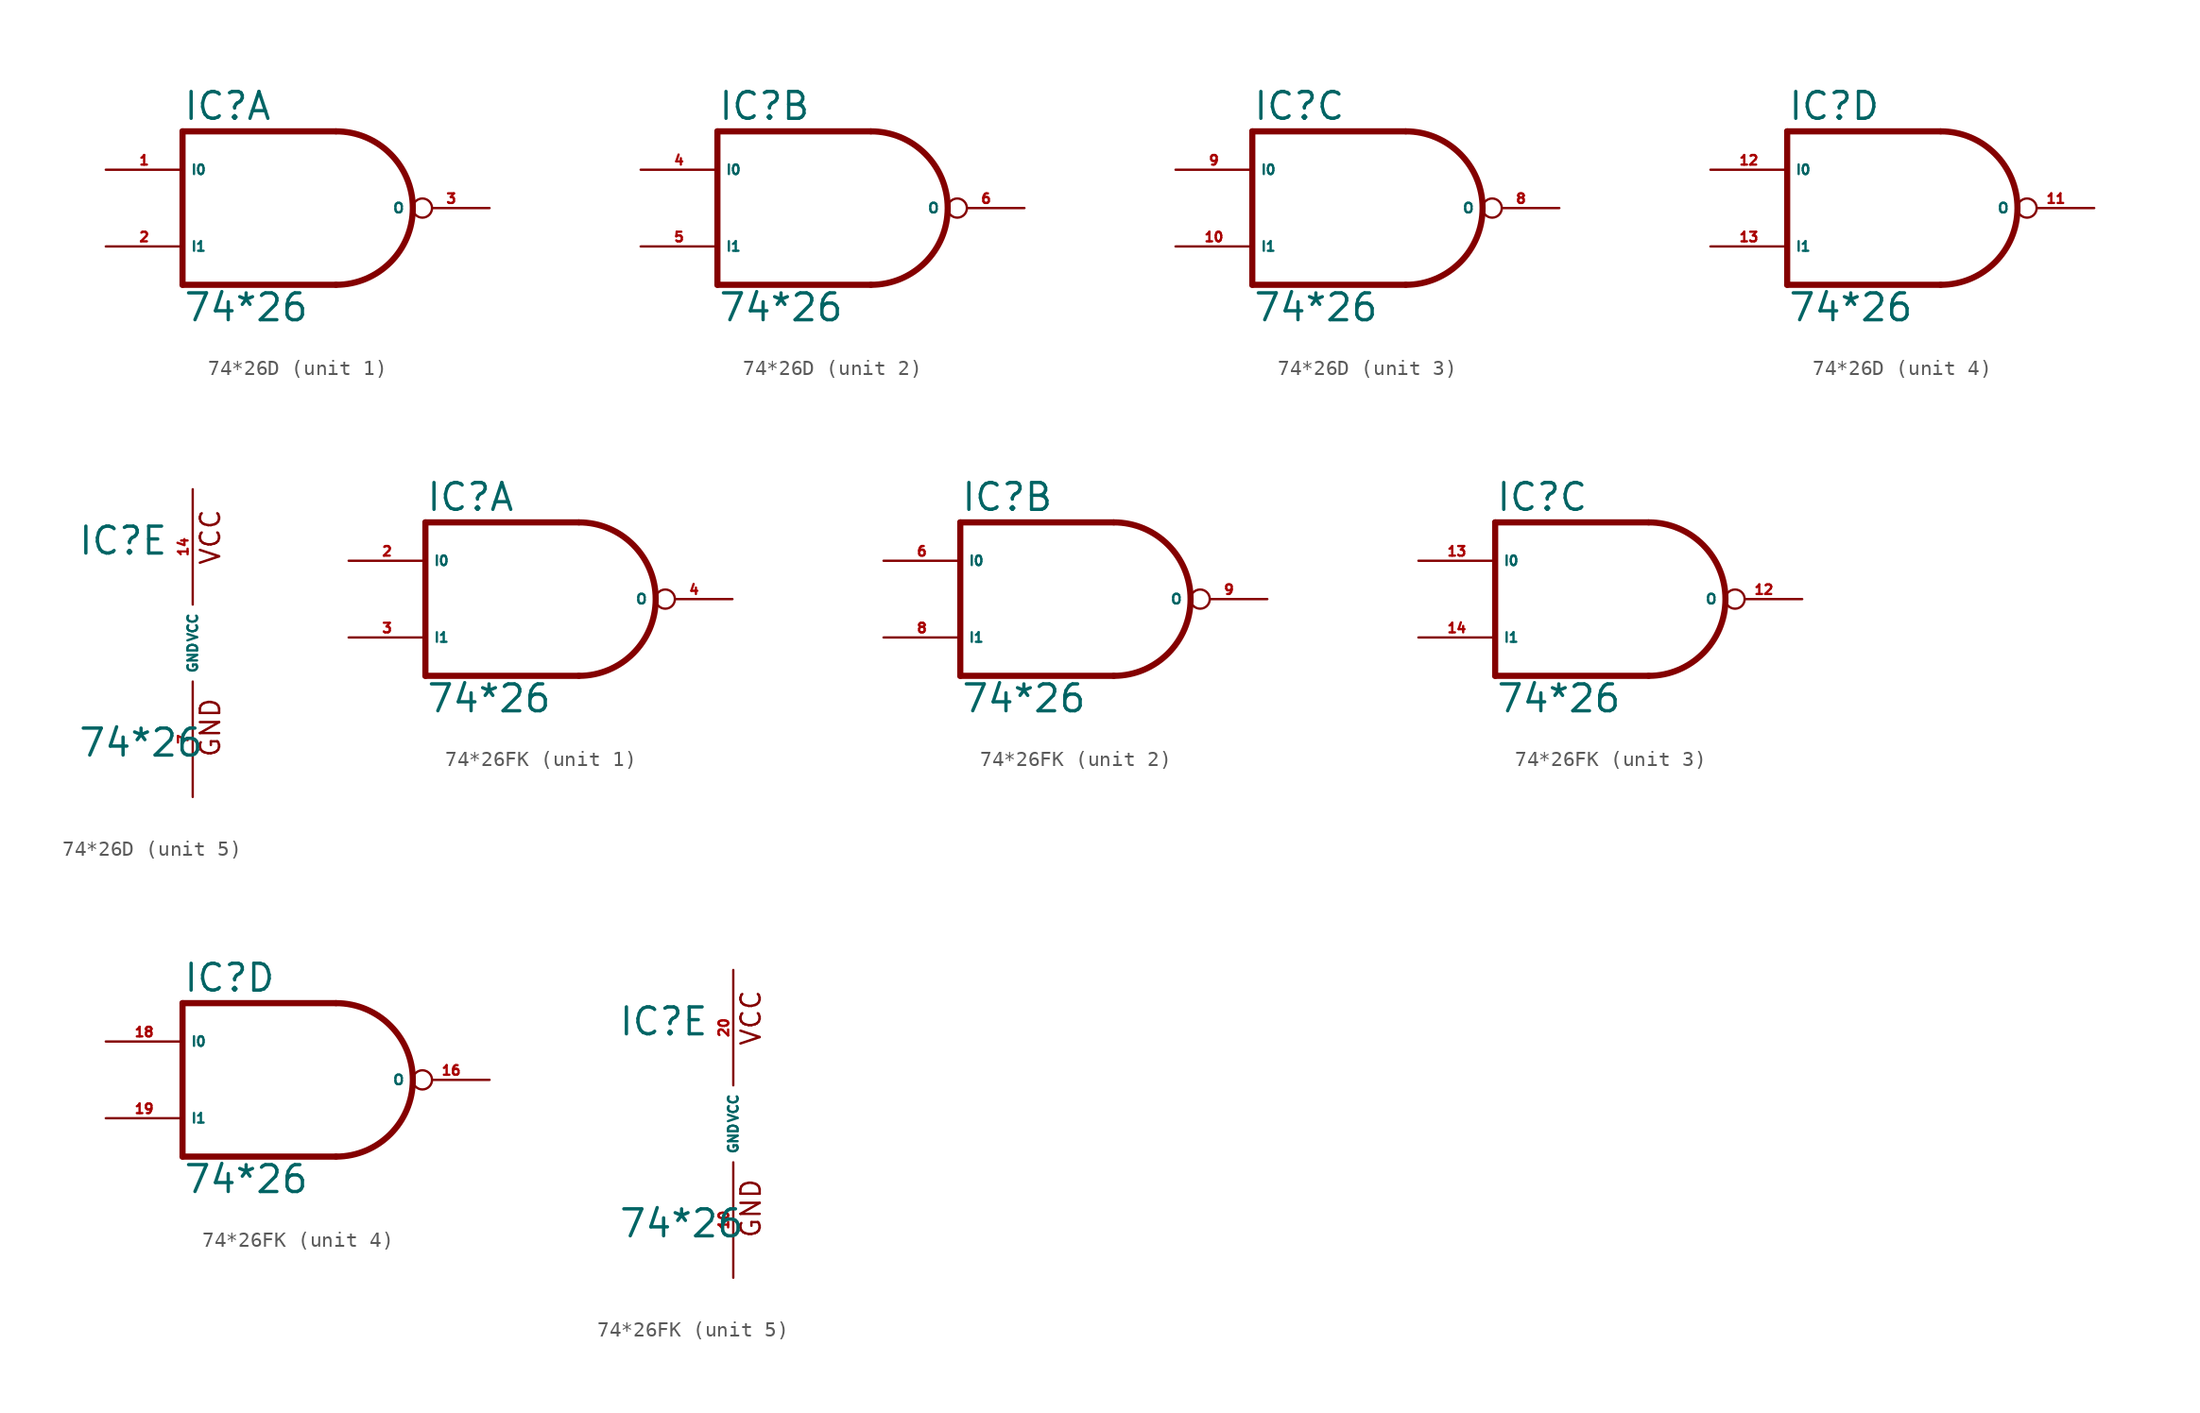
<source format=kicad_sym>
(kicad_symbol_lib
  (version 20220914)
  (generator Eagle2Kicad)
  (symbol "74*26D"
    (property "Reference" "IC"
      (at -7.62 5.715 0)
      (effects (font (size 1.778 1.778) (thickness 0.22)) (justify left bottom)))
    (property "Value" "74*26"
      (at -7.62 -7.62 0)
      (effects (font (size 1.778 1.778) (thickness 0.22)) (justify left bottom)))
    (symbol "74*26D_1_0"
      (polyline (pts (xy 2.54 5.08) (xy -7.62 5.08)) (stroke (width 0.406) (type default)) (fill (type none)))
      (polyline (pts (xy -7.62 5.08) (xy -7.62 -5.08)) (stroke (width 0.406) (type default)) (fill (type none)))
      (polyline (pts (xy -7.62 -5.08) (xy 2.54 -5.08)) (stroke (width 0.406) (type default)) (fill (type none)))
      (arc (start 2.54 -5.08) (mid 7.620 0.000) (end 2.54 5.08) (stroke (width 0.4064) (type default)) (fill (type none)))
      (pin input line (at -12.7 2.54 0) (length 5.08) (name "I0" (effects (font (size 0.635 0.635) (thickness 0.08)) (justify left bottom))) (number "1" (effects (font (size 0.635 0.635) (thickness 0.08)) (justify left bottom))))
      (pin input line (at -12.7 -2.54 0) (length 5.08) (name "I1" (effects (font (size 0.635 0.635) (thickness 0.08)) (justify left bottom))) (number "2" (effects (font (size 0.635 0.635) (thickness 0.08)) (justify left bottom))))
      (pin open_collector inverted (at 12.7 0 180) (length 5.08) (name "O" (effects (font (size 0.635 0.635) (thickness 0.08)) (justify left bottom))) (number "3" (effects (font (size 0.635 0.635) (thickness 0.08)) (justify left bottom)))))
    (symbol "74*26D_2_0"
      (polyline (pts (xy 2.54 5.08) (xy -7.62 5.08)) (stroke (width 0.406) (type default)) (fill (type none)))
      (polyline (pts (xy -7.62 5.08) (xy -7.62 -5.08)) (stroke (width 0.406) (type default)) (fill (type none)))
      (polyline (pts (xy -7.62 -5.08) (xy 2.54 -5.08)) (stroke (width 0.406) (type default)) (fill (type none)))
      (arc (start 2.54 -5.08) (mid 7.620 0.000) (end 2.54 5.08) (stroke (width 0.4064) (type default)) (fill (type none)))
      (pin input line (at -12.7 2.54 0) (length 5.08) (name "I0" (effects (font (size 0.635 0.635) (thickness 0.08)) (justify left bottom))) (number "4" (effects (font (size 0.635 0.635) (thickness 0.08)) (justify left bottom))))
      (pin input line (at -12.7 -2.54 0) (length 5.08) (name "I1" (effects (font (size 0.635 0.635) (thickness 0.08)) (justify left bottom))) (number "5" (effects (font (size 0.635 0.635) (thickness 0.08)) (justify left bottom))))
      (pin open_collector inverted (at 12.7 0 180) (length 5.08) (name "O" (effects (font (size 0.635 0.635) (thickness 0.08)) (justify left bottom))) (number "6" (effects (font (size 0.635 0.635) (thickness 0.08)) (justify left bottom)))))
    (symbol "74*26D_3_0"
      (polyline (pts (xy 2.54 5.08) (xy -7.62 5.08)) (stroke (width 0.406) (type default)) (fill (type none)))
      (polyline (pts (xy -7.62 5.08) (xy -7.62 -5.08)) (stroke (width 0.406) (type default)) (fill (type none)))
      (polyline (pts (xy -7.62 -5.08) (xy 2.54 -5.08)) (stroke (width 0.406) (type default)) (fill (type none)))
      (arc (start 2.54 -5.08) (mid 7.620 0.000) (end 2.54 5.08) (stroke (width 0.4064) (type default)) (fill (type none)))
      (pin input line (at -12.7 2.54 0) (length 5.08) (name "I0" (effects (font (size 0.635 0.635) (thickness 0.08)) (justify left bottom))) (number "9" (effects (font (size 0.635 0.635) (thickness 0.08)) (justify left bottom))))
      (pin input line (at -12.7 -2.54 0) (length 5.08) (name "I1" (effects (font (size 0.635 0.635) (thickness 0.08)) (justify left bottom))) (number "10" (effects (font (size 0.635 0.635) (thickness 0.08)) (justify left bottom))))
      (pin open_collector inverted (at 12.7 0 180) (length 5.08) (name "O" (effects (font (size 0.635 0.635) (thickness 0.08)) (justify left bottom))) (number "8" (effects (font (size 0.635 0.635) (thickness 0.08)) (justify left bottom)))))
    (symbol "74*26D_4_0"
      (polyline (pts (xy 2.54 5.08) (xy -7.62 5.08)) (stroke (width 0.406) (type default)) (fill (type none)))
      (polyline (pts (xy -7.62 5.08) (xy -7.62 -5.08)) (stroke (width 0.406) (type default)) (fill (type none)))
      (polyline (pts (xy -7.62 -5.08) (xy 2.54 -5.08)) (stroke (width 0.406) (type default)) (fill (type none)))
      (arc (start 2.54 -5.08) (mid 7.620 0.000) (end 2.54 5.08) (stroke (width 0.4064) (type default)) (fill (type none)))
      (pin input line (at -12.7 2.54 0) (length 5.08) (name "I0" (effects (font (size 0.635 0.635) (thickness 0.08)) (justify left bottom))) (number "12" (effects (font (size 0.635 0.635) (thickness 0.08)) (justify left bottom))))
      (pin input line (at -12.7 -2.54 0) (length 5.08) (name "I1" (effects (font (size 0.635 0.635) (thickness 0.08)) (justify left bottom))) (number "13" (effects (font (size 0.635 0.635) (thickness 0.08)) (justify left bottom))))
      (pin open_collector inverted (at 12.7 0 180) (length 5.08) (name "O" (effects (font (size 0.635 0.635) (thickness 0.08)) (justify left bottom))) (number "11" (effects (font (size 0.635 0.635) (thickness 0.08)) (justify left bottom)))))
    (symbol "74*26D_5_0"
      (text "GND" (at 1.905 -7.62 900) (effects (font (size 1.27 1.27) (thickness 0.16)) (justify left bottom)))
      (text "VCC" (at 1.905 5.08 900) (effects (font (size 1.27 1.27) (thickness 0.16)) (justify left bottom)))
      (pin unspecified line (at 0 -10.16 90) (length 7.62) (name "GND" (effects (font (size 0.635 0.635) (thickness 0.08)) (justify left bottom))) (number "7" (effects (font (size 0.635 0.635) (thickness 0.08)) (justify left bottom))))
      (pin unspecified line (at 0 10.16 270) (length 7.62) (name "VCC" (effects (font (size 0.635 0.635) (thickness 0.08)) (justify left bottom))) (number "14" (effects (font (size 0.635 0.635) (thickness 0.08)) (justify left bottom))))))
  (symbol "74*26FK"
    (property "Reference" "IC"
      (at -7.62 5.715 0)
      (effects (font (size 1.778 1.778) (thickness 0.22)) (justify left bottom)))
    (property "Value" "74*26"
      (at -7.62 -7.62 0)
      (effects (font (size 1.778 1.778) (thickness 0.22)) (justify left bottom)))
    (symbol "74*26FK_1_0"
      (polyline (pts (xy 2.54 5.08) (xy -7.62 5.08)) (stroke (width 0.406) (type default)) (fill (type none)))
      (polyline (pts (xy -7.62 5.08) (xy -7.62 -5.08)) (stroke (width 0.406) (type default)) (fill (type none)))
      (polyline (pts (xy -7.62 -5.08) (xy 2.54 -5.08)) (stroke (width 0.406) (type default)) (fill (type none)))
      (arc (start 2.54 -5.08) (mid 7.620 0.000) (end 2.54 5.08) (stroke (width 0.4064) (type default)) (fill (type none)))
      (pin input line (at -12.7 2.54 0) (length 5.08) (name "I0" (effects (font (size 0.635 0.635) (thickness 0.08)) (justify left bottom))) (number "2" (effects (font (size 0.635 0.635) (thickness 0.08)) (justify left bottom))))
      (pin input line (at -12.7 -2.54 0) (length 5.08) (name "I1" (effects (font (size 0.635 0.635) (thickness 0.08)) (justify left bottom))) (number "3" (effects (font (size 0.635 0.635) (thickness 0.08)) (justify left bottom))))
      (pin open_collector inverted (at 12.7 0 180) (length 5.08) (name "O" (effects (font (size 0.635 0.635) (thickness 0.08)) (justify left bottom))) (number "4" (effects (font (size 0.635 0.635) (thickness 0.08)) (justify left bottom)))))
    (symbol "74*26FK_2_0"
      (polyline (pts (xy 2.54 5.08) (xy -7.62 5.08)) (stroke (width 0.406) (type default)) (fill (type none)))
      (polyline (pts (xy -7.62 5.08) (xy -7.62 -5.08)) (stroke (width 0.406) (type default)) (fill (type none)))
      (polyline (pts (xy -7.62 -5.08) (xy 2.54 -5.08)) (stroke (width 0.406) (type default)) (fill (type none)))
      (arc (start 2.54 -5.08) (mid 7.620 0.000) (end 2.54 5.08) (stroke (width 0.4064) (type default)) (fill (type none)))
      (pin input line (at -12.7 2.54 0) (length 5.08) (name "I0" (effects (font (size 0.635 0.635) (thickness 0.08)) (justify left bottom))) (number "6" (effects (font (size 0.635 0.635) (thickness 0.08)) (justify left bottom))))
      (pin input line (at -12.7 -2.54 0) (length 5.08) (name "I1" (effects (font (size 0.635 0.635) (thickness 0.08)) (justify left bottom))) (number "8" (effects (font (size 0.635 0.635) (thickness 0.08)) (justify left bottom))))
      (pin open_collector inverted (at 12.7 0 180) (length 5.08) (name "O" (effects (font (size 0.635 0.635) (thickness 0.08)) (justify left bottom))) (number "9" (effects (font (size 0.635 0.635) (thickness 0.08)) (justify left bottom)))))
    (symbol "74*26FK_3_0"
      (polyline (pts (xy 2.54 5.08) (xy -7.62 5.08)) (stroke (width 0.406) (type default)) (fill (type none)))
      (polyline (pts (xy -7.62 5.08) (xy -7.62 -5.08)) (stroke (width 0.406) (type default)) (fill (type none)))
      (polyline (pts (xy -7.62 -5.08) (xy 2.54 -5.08)) (stroke (width 0.406) (type default)) (fill (type none)))
      (arc (start 2.54 -5.08) (mid 7.620 0.000) (end 2.54 5.08) (stroke (width 0.4064) (type default)) (fill (type none)))
      (pin input line (at -12.7 2.54 0) (length 5.08) (name "I0" (effects (font (size 0.635 0.635) (thickness 0.08)) (justify left bottom))) (number "13" (effects (font (size 0.635 0.635) (thickness 0.08)) (justify left bottom))))
      (pin input line (at -12.7 -2.54 0) (length 5.08) (name "I1" (effects (font (size 0.635 0.635) (thickness 0.08)) (justify left bottom))) (number "14" (effects (font (size 0.635 0.635) (thickness 0.08)) (justify left bottom))))
      (pin open_collector inverted (at 12.7 0 180) (length 5.08) (name "O" (effects (font (size 0.635 0.635) (thickness 0.08)) (justify left bottom))) (number "12" (effects (font (size 0.635 0.635) (thickness 0.08)) (justify left bottom)))))
    (symbol "74*26FK_4_0"
      (polyline (pts (xy 2.54 5.08) (xy -7.62 5.08)) (stroke (width 0.406) (type default)) (fill (type none)))
      (polyline (pts (xy -7.62 5.08) (xy -7.62 -5.08)) (stroke (width 0.406) (type default)) (fill (type none)))
      (polyline (pts (xy -7.62 -5.08) (xy 2.54 -5.08)) (stroke (width 0.406) (type default)) (fill (type none)))
      (arc (start 2.54 -5.08) (mid 7.620 0.000) (end 2.54 5.08) (stroke (width 0.4064) (type default)) (fill (type none)))
      (pin input line (at -12.7 2.54 0) (length 5.08) (name "I0" (effects (font (size 0.635 0.635) (thickness 0.08)) (justify left bottom))) (number "18" (effects (font (size 0.635 0.635) (thickness 0.08)) (justify left bottom))))
      (pin input line (at -12.7 -2.54 0) (length 5.08) (name "I1" (effects (font (size 0.635 0.635) (thickness 0.08)) (justify left bottom))) (number "19" (effects (font (size 0.635 0.635) (thickness 0.08)) (justify left bottom))))
      (pin open_collector inverted (at 12.7 0 180) (length 5.08) (name "O" (effects (font (size 0.635 0.635) (thickness 0.08)) (justify left bottom))) (number "16" (effects (font (size 0.635 0.635) (thickness 0.08)) (justify left bottom)))))
    (symbol "74*26FK_5_0"
      (text "GND" (at 1.905 -7.62 900) (effects (font (size 1.27 1.27) (thickness 0.16)) (justify left bottom)))
      (text "VCC" (at 1.905 5.08 900) (effects (font (size 1.27 1.27) (thickness 0.16)) (justify left bottom)))
      (pin unspecified line (at 0 -10.16 90) (length 7.62) (name "GND" (effects (font (size 0.635 0.635) (thickness 0.08)) (justify left bottom))) (number "10" (effects (font (size 0.635 0.635) (thickness 0.08)) (justify left bottom))))
      (pin unspecified line (at 0 10.16 270) (length 7.62) (name "VCC" (effects (font (size 0.635 0.635) (thickness 0.08)) (justify left bottom))) (number "20" (effects (font (size 0.635 0.635) (thickness 0.08)) (justify left bottom)))))))
</source>
